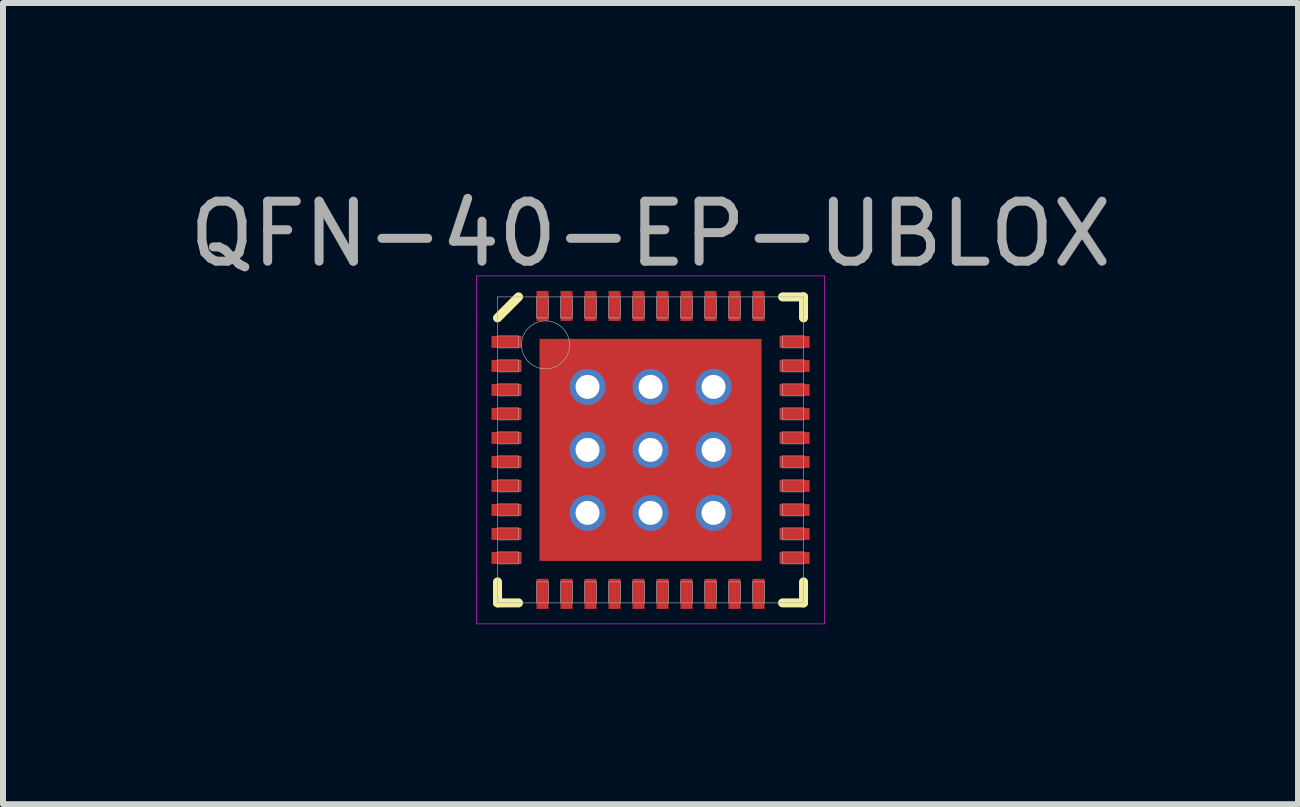
<source format=kicad_pcb>
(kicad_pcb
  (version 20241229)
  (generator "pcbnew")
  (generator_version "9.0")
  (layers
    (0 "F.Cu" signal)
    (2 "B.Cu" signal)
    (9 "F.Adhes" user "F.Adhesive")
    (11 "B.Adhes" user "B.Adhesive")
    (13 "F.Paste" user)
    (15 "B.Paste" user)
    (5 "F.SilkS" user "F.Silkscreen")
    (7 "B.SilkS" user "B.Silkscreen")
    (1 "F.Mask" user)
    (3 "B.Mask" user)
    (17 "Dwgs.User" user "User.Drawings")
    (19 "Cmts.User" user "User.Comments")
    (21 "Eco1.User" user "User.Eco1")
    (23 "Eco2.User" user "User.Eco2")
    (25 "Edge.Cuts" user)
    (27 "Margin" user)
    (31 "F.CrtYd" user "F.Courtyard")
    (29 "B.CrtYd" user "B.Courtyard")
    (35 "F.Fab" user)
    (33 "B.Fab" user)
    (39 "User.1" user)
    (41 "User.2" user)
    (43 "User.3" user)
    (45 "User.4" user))
  (footprint "QFN-40-EP-UBLOX"
    (layer "F.Cu")
    (at 7.792 4.448)
    (property "Reference" "QFN-40-EP-UBLOX" (at 0 -3.6 0) (layer "F.Fab") (effects (font (size 1 1) (thickness 0.15))))
    (attr through_hole)
    (fp_line (start -2.55 -2.2) (end -2.2 -2.55) (stroke (width 0.15) (type solid)) (layer "F.SilkS"))
    (fp_line (start -2.55 2.55) (end -2.55 2.2) (stroke (width 0.15) (type solid)) (layer "F.SilkS"))
    (fp_line (start -2.2 2.55) (end -2.55 2.55) (stroke (width 0.15) (type solid)) (layer "F.SilkS"))
    (fp_line (start 2.2 -2.55) (end 2.55 -2.55) (stroke (width 0.15) (type solid)) (layer "F.SilkS"))
    (fp_line (start 2.2 2.55) (end 2.55 2.55) (stroke (width 0.15) (type solid)) (layer "F.SilkS"))
    (fp_line (start 2.55 -2.55) (end 2.55 -2.2) (stroke (width 0.15) (type solid)) (layer "F.SilkS"))
    (fp_line (start 2.55 2.55) (end 2.55 2.2) (stroke (width 0.15) (type solid)) (layer "F.SilkS"))
    (fp_line (start -2.9 -2.9) (end 2.9 -2.9) (stroke (width 0.01) (type solid)) (layer "F.CrtYd"))
    (fp_line (start -2.9 2.9) (end -2.9 -2.9) (stroke (width 0.01) (type solid)) (layer "F.CrtYd"))
    (fp_line (start 2.9 -2.9) (end 2.9 2.9) (stroke (width 0.01) (type solid)) (layer "F.CrtYd"))
    (fp_line (start 2.9 2.9) (end -2.9 2.9) (stroke (width 0.01) (type solid)) (layer "F.CrtYd"))
    (fp_line (start -2.55 -2.55) (end 2.55 -2.55) (stroke (width 0.01) (type solid)) (layer "F.Fab"))
    (fp_line (start -2.55 -1.7) (end -2.2 -1.7) (stroke (width 0.01) (type solid)) (layer "F.Fab"))
    (fp_line (start -2.55 -1.3) (end -2.2 -1.3) (stroke (width 0.01) (type solid)) (layer "F.Fab"))
    (fp_line (start -2.55 -0.9) (end -2.2 -0.9) (stroke (width 0.01) (type solid)) (layer "F.Fab"))
    (fp_line (start -2.55 -0.5) (end -2.2 -0.5) (stroke (width 0.01) (type solid)) (layer "F.Fab"))
    (fp_line (start -2.55 -0.1) (end -2.2 -0.1) (stroke (width 0.01) (type solid)) (layer "F.Fab"))
    (fp_line (start -2.55 0.3) (end -2.2 0.3) (stroke (width 0.01) (type solid)) (layer "F.Fab"))
    (fp_line (start -2.55 0.7) (end -2.2 0.7) (stroke (width 0.01) (type solid)) (layer "F.Fab"))
    (fp_line (start -2.55 1.1) (end -2.2 1.1) (stroke (width 0.01) (type solid)) (layer "F.Fab"))
    (fp_line (start -2.55 1.5) (end -2.2 1.5) (stroke (width 0.01) (type solid)) (layer "F.Fab"))
    (fp_line (start -2.55 1.9) (end -2.2 1.9) (stroke (width 0.01) (type solid)) (layer "F.Fab"))
    (fp_line (start -2.55 2.55) (end -2.55 -2.55) (stroke (width 0.01) (type solid)) (layer "F.Fab"))
    (fp_line (start -2.2 -1.9) (end -2.55 -1.9) (stroke (width 0.01) (type solid)) (layer "F.Fab"))
    (fp_line (start -2.2 -1.7) (end -2.2 -1.9) (stroke (width 0.01) (type solid)) (layer "F.Fab"))
    (fp_line (start -2.2 -1.5) (end -2.55 -1.5) (stroke (width 0.01) (type solid)) (layer "F.Fab"))
    (fp_line (start -2.2 -1.3) (end -2.2 -1.5) (stroke (width 0.01) (type solid)) (layer "F.Fab"))
    (fp_line (start -2.2 -1.1) (end -2.55 -1.1) (stroke (width 0.01) (type solid)) (layer "F.Fab"))
    (fp_line (start -2.2 -0.9) (end -2.2 -1.1) (stroke (width 0.01) (type solid)) (layer "F.Fab"))
    (fp_line (start -2.2 -0.7) (end -2.55 -0.7) (stroke (width 0.01) (type solid)) (layer "F.Fab"))
    (fp_line (start -2.2 -0.5) (end -2.2 -0.7) (stroke (width 0.01) (type solid)) (layer "F.Fab"))
    (fp_line (start -2.2 -0.3) (end -2.55 -0.3) (stroke (width 0.01) (type solid)) (layer "F.Fab"))
    (fp_line (start -2.2 -0.1) (end -2.2 -0.3) (stroke (width 0.01) (type solid)) (layer "F.Fab"))
    (fp_line (start -2.2 0.1) (end -2.55 0.1) (stroke (width 0.01) (type solid)) (layer "F.Fab"))
    (fp_line (start -2.2 0.3) (end -2.2 0.1) (stroke (width 0.01) (type solid)) (layer "F.Fab"))
    (fp_line (start -2.2 0.5) (end -2.55 0.5) (stroke (width 0.01) (type solid)) (layer "F.Fab"))
    (fp_line (start -2.2 0.7) (end -2.2 0.5) (stroke (width 0.01) (type solid)) (layer "F.Fab"))
    (fp_line (start -2.2 0.9) (end -2.55 0.9) (stroke (width 0.01) (type solid)) (layer "F.Fab"))
    (fp_line (start -2.2 1.1) (end -2.2 0.9) (stroke (width 0.01) (type solid)) (layer "F.Fab"))
    (fp_line (start -2.2 1.3) (end -2.55 1.3) (stroke (width 0.01) (type solid)) (layer "F.Fab"))
    (fp_line (start -2.2 1.5) (end -2.2 1.3) (stroke (width 0.01) (type solid)) (layer "F.Fab"))
    (fp_line (start -2.2 1.7) (end -2.55 1.7) (stroke (width 0.01) (type solid)) (layer "F.Fab"))
    (fp_line (start -2.2 1.9) (end -2.2 1.7) (stroke (width 0.01) (type solid)) (layer "F.Fab"))
    (fp_line (start -1.9 -2.55) (end -1.9 -2.2) (stroke (width 0.01) (type solid)) (layer "F.Fab"))
    (fp_line (start -1.9 -2.2) (end -1.7 -2.2) (stroke (width 0.01) (type solid)) (layer "F.Fab"))
    (fp_line (start -1.9 2.2) (end -1.9 2.55) (stroke (width 0.01) (type solid)) (layer "F.Fab"))
    (fp_line (start -1.7 -2.2) (end -1.7 -2.55) (stroke (width 0.01) (type solid)) (layer "F.Fab"))
    (fp_line (start -1.7 2.2) (end -1.9 2.2) (stroke (width 0.01) (type solid)) (layer "F.Fab"))
    (fp_line (start -1.7 2.55) (end -1.7 2.2) (stroke (width 0.01) (type solid)) (layer "F.Fab"))
    (fp_line (start -1.5 -2.55) (end -1.5 -2.2) (stroke (width 0.01) (type solid)) (layer "F.Fab"))
    (fp_line (start -1.5 -2.2) (end -1.3 -2.2) (stroke (width 0.01) (type solid)) (layer "F.Fab"))
    (fp_line (start -1.5 2.2) (end -1.5 2.55) (stroke (width 0.01) (type solid)) (layer "F.Fab"))
    (fp_line (start -1.3 -2.2) (end -1.3 -2.55) (stroke (width 0.01) (type solid)) (layer "F.Fab"))
    (fp_line (start -1.3 2.2) (end -1.5 2.2) (stroke (width 0.01) (type solid)) (layer "F.Fab"))
    (fp_line (start -1.3 2.55) (end -1.3 2.2) (stroke (width 0.01) (type solid)) (layer "F.Fab"))
    (fp_line (start -1.1 -2.55) (end -1.1 -2.2) (stroke (width 0.01) (type solid)) (layer "F.Fab"))
    (fp_line (start -1.1 -2.2) (end -0.9 -2.2) (stroke (width 0.01) (type solid)) (layer "F.Fab"))
    (fp_line (start -1.1 2.2) (end -1.1 2.55) (stroke (width 0.01) (type solid)) (layer "F.Fab"))
    (fp_line (start -0.9 -2.2) (end -0.9 -2.55) (stroke (width 0.01) (type solid)) (layer "F.Fab"))
    (fp_line (start -0.9 2.2) (end -1.1 2.2) (stroke (width 0.01) (type solid)) (layer "F.Fab"))
    (fp_line (start -0.9 2.55) (end -0.9 2.2) (stroke (width 0.01) (type solid)) (layer "F.Fab"))
    (fp_line (start -0.7 -2.55) (end -0.7 -2.2) (stroke (width 0.01) (type solid)) (layer "F.Fab"))
    (fp_line (start -0.7 -2.2) (end -0.5 -2.2) (stroke (width 0.01) (type solid)) (layer "F.Fab"))
    (fp_line (start -0.7 2.2) (end -0.7 2.55) (stroke (width 0.01) (type solid)) (layer "F.Fab"))
    (fp_line (start -0.5 -2.2) (end -0.5 -2.55) (stroke (width 0.01) (type solid)) (layer "F.Fab"))
    (fp_line (start -0.5 2.2) (end -0.7 2.2) (stroke (width 0.01) (type solid)) (layer "F.Fab"))
    (fp_line (start -0.5 2.55) (end -0.5 2.2) (stroke (width 0.01) (type solid)) (layer "F.Fab"))
    (fp_line (start -0.3 -2.55) (end -0.3 -2.2) (stroke (width 0.01) (type solid)) (layer "F.Fab"))
    (fp_line (start -0.3 -2.2) (end -0.1 -2.2) (stroke (width 0.01) (type solid)) (layer "F.Fab"))
    (fp_line (start -0.3 2.2) (end -0.3 2.55) (stroke (width 0.01) (type solid)) (layer "F.Fab"))
    (fp_line (start -0.1 -2.2) (end -0.1 -2.55) (stroke (width 0.01) (type solid)) (layer "F.Fab"))
    (fp_line (start -0.1 2.2) (end -0.3 2.2) (stroke (width 0.01) (type solid)) (layer "F.Fab"))
    (fp_line (start -0.1 2.55) (end -0.1 2.2) (stroke (width 0.01) (type solid)) (layer "F.Fab"))
    (fp_line (start 0.1 -2.55) (end 0.1 -2.2) (stroke (width 0.01) (type solid)) (layer "F.Fab"))
    (fp_line (start 0.1 -2.2) (end 0.3 -2.2) (stroke (width 0.01) (type solid)) (layer "F.Fab"))
    (fp_line (start 0.1 2.2) (end 0.1 2.55) (stroke (width 0.01) (type solid)) (layer "F.Fab"))
    (fp_line (start 0.3 -2.2) (end 0.3 -2.55) (stroke (width 0.01) (type solid)) (layer "F.Fab"))
    (fp_line (start 0.3 2.2) (end 0.1 2.2) (stroke (width 0.01) (type solid)) (layer "F.Fab"))
    (fp_line (start 0.3 2.55) (end 0.3 2.2) (stroke (width 0.01) (type solid)) (layer "F.Fab"))
    (fp_line (start 0.5 -2.55) (end 0.5 -2.2) (stroke (width 0.01) (type solid)) (layer "F.Fab"))
    (fp_line (start 0.5 -2.2) (end 0.7 -2.2) (stroke (width 0.01) (type solid)) (layer "F.Fab"))
    (fp_line (start 0.5 2.2) (end 0.5 2.55) (stroke (width 0.01) (type solid)) (layer "F.Fab"))
    (fp_line (start 0.7 -2.2) (end 0.7 -2.55) (stroke (width 0.01) (type solid)) (layer "F.Fab"))
    (fp_line (start 0.7 2.2) (end 0.5 2.2) (stroke (width 0.01) (type solid)) (layer "F.Fab"))
    (fp_line (start 0.7 2.55) (end 0.7 2.2) (stroke (width 0.01) (type solid)) (layer "F.Fab"))
    (fp_line (start 0.9 -2.55) (end 0.9 -2.2) (stroke (width 0.01) (type solid)) (layer "F.Fab"))
    (fp_line (start 0.9 -2.2) (end 1.1 -2.2) (stroke (width 0.01) (type solid)) (layer "F.Fab"))
    (fp_line (start 0.9 2.2) (end 0.9 2.55) (stroke (width 0.01) (type solid)) (layer "F.Fab"))
    (fp_line (start 1.1 -2.2) (end 1.1 -2.55) (stroke (width 0.01) (type solid)) (layer "F.Fab"))
    (fp_line (start 1.1 2.2) (end 0.9 2.2) (stroke (width 0.01) (type solid)) (layer "F.Fab"))
    (fp_line (start 1.1 2.55) (end 1.1 2.2) (stroke (width 0.01) (type solid)) (layer "F.Fab"))
    (fp_line (start 1.3 -2.55) (end 1.3 -2.2) (stroke (width 0.01) (type solid)) (layer "F.Fab"))
    (fp_line (start 1.3 -2.2) (end 1.5 -2.2) (stroke (width 0.01) (type solid)) (layer "F.Fab"))
    (fp_line (start 1.3 2.2) (end 1.3 2.55) (stroke (width 0.01) (type solid)) (layer "F.Fab"))
    (fp_line (start 1.5 -2.2) (end 1.5 -2.55) (stroke (width 0.01) (type solid)) (layer "F.Fab"))
    (fp_line (start 1.5 2.2) (end 1.3 2.2) (stroke (width 0.01) (type solid)) (layer "F.Fab"))
    (fp_line (start 1.5 2.55) (end 1.5 2.2) (stroke (width 0.01) (type solid)) (layer "F.Fab"))
    (fp_line (start 1.7 -2.55) (end 1.7 -2.2) (stroke (width 0.01) (type solid)) (layer "F.Fab"))
    (fp_line (start 1.7 -2.2) (end 1.9 -2.2) (stroke (width 0.01) (type solid)) (layer "F.Fab"))
    (fp_line (start 1.7 2.2) (end 1.7 2.55) (stroke (width 0.01) (type solid)) (layer "F.Fab"))
    (fp_line (start 1.9 -2.2) (end 1.9 -2.55) (stroke (width 0.01) (type solid)) (layer "F.Fab"))
    (fp_line (start 1.9 2.2) (end 1.7 2.2) (stroke (width 0.01) (type solid)) (layer "F.Fab"))
    (fp_line (start 1.9 2.55) (end 1.9 2.2) (stroke (width 0.01) (type solid)) (layer "F.Fab"))
    (fp_line (start 2.2 -1.9) (end 2.2 -1.7) (stroke (width 0.01) (type solid)) (layer "F.Fab"))
    (fp_line (start 2.2 -1.7) (end 2.55 -1.7) (stroke (width 0.01) (type solid)) (layer "F.Fab"))
    (fp_line (start 2.2 -1.5) (end 2.2 -1.3) (stroke (width 0.01) (type solid)) (layer "F.Fab"))
    (fp_line (start 2.2 -1.3) (end 2.55 -1.3) (stroke (width 0.01) (type solid)) (layer "F.Fab"))
    (fp_line (start 2.2 -1.1) (end 2.2 -0.9) (stroke (width 0.01) (type solid)) (layer "F.Fab"))
    (fp_line (start 2.2 -0.9) (end 2.55 -0.9) (stroke (width 0.01) (type solid)) (layer "F.Fab"))
    (fp_line (start 2.2 -0.7) (end 2.2 -0.5) (stroke (width 0.01) (type solid)) (layer "F.Fab"))
    (fp_line (start 2.2 -0.5) (end 2.55 -0.5) (stroke (width 0.01) (type solid)) (layer "F.Fab"))
    (fp_line (start 2.2 -0.3) (end 2.2 -0.1) (stroke (width 0.01) (type solid)) (layer "F.Fab"))
    (fp_line (start 2.2 -0.1) (end 2.55 -0.1) (stroke (width 0.01) (type solid)) (layer "F.Fab"))
    (fp_line (start 2.2 0.1) (end 2.2 0.3) (stroke (width 0.01) (type solid)) (layer "F.Fab"))
    (fp_line (start 2.2 0.3) (end 2.55 0.3) (stroke (width 0.01) (type solid)) (layer "F.Fab"))
    (fp_line (start 2.2 0.5) (end 2.2 0.7) (stroke (width 0.01) (type solid)) (layer "F.Fab"))
    (fp_line (start 2.2 0.7) (end 2.55 0.7) (stroke (width 0.01) (type solid)) (layer "F.Fab"))
    (fp_line (start 2.2 0.9) (end 2.2 1.1) (stroke (width 0.01) (type solid)) (layer "F.Fab"))
    (fp_line (start 2.2 1.1) (end 2.55 1.1) (stroke (width 0.01) (type solid)) (layer "F.Fab"))
    (fp_line (start 2.2 1.3) (end 2.2 1.5) (stroke (width 0.01) (type solid)) (layer "F.Fab"))
    (fp_line (start 2.2 1.5) (end 2.55 1.5) (stroke (width 0.01) (type solid)) (layer "F.Fab"))
    (fp_line (start 2.2 1.7) (end 2.2 1.9) (stroke (width 0.01) (type solid)) (layer "F.Fab"))
    (fp_line (start 2.2 1.9) (end 2.55 1.9) (stroke (width 0.01) (type solid)) (layer "F.Fab"))
    (fp_line (start 2.55 -2.55) (end 2.55 2.55) (stroke (width 0.01) (type solid)) (layer "F.Fab"))
    (fp_line (start 2.55 -1.9) (end 2.2 -1.9) (stroke (width 0.01) (type solid)) (layer "F.Fab"))
    (fp_line (start 2.55 -1.5) (end 2.2 -1.5) (stroke (width 0.01) (type solid)) (layer "F.Fab"))
    (fp_line (start 2.55 -1.1) (end 2.2 -1.1) (stroke (width 0.01) (type solid)) (layer "F.Fab"))
    (fp_line (start 2.55 -0.7) (end 2.2 -0.7) (stroke (width 0.01) (type solid)) (layer "F.Fab"))
    (fp_line (start 2.55 -0.3) (end 2.2 -0.3) (stroke (width 0.01) (type solid)) (layer "F.Fab"))
    (fp_line (start 2.55 0.1) (end 2.2 0.1) (stroke (width 0.01) (type solid)) (layer "F.Fab"))
    (fp_line (start 2.55 0.5) (end 2.2 0.5) (stroke (width 0.01) (type solid)) (layer "F.Fab"))
    (fp_line (start 2.55 0.9) (end 2.2 0.9) (stroke (width 0.01) (type solid)) (layer "F.Fab"))
    (fp_line (start 2.55 1.3) (end 2.2 1.3) (stroke (width 0.01) (type solid)) (layer "F.Fab"))
    (fp_line (start 2.55 1.7) (end 2.2 1.7) (stroke (width 0.01) (type solid)) (layer "F.Fab"))
    (fp_line (start 2.55 2.55) (end -2.55 2.55) (stroke (width 0.01) (type solid)) (layer "F.Fab"))
    (fp_circle (center -1.75 -1.75) (end -1.75 -1.35) (stroke (width 0.01) (type solid)) (fill no) (layer "F.Fab"))
    (pad "" smd rect (at -1.575 -1.575) (size 0.55 0.55) (layers "F.Mask"))
    (pad "" smd rect (at -1.575 -1.575) (size 0.55 0.55) (layers "F.Paste"))
    (pad "" smd rect (at -1.575 -0.525) (size 0.55 0.55) (layers "F.Mask"))
    (pad "" smd rect (at -1.575 -0.525) (size 0.55 0.55) (layers "F.Paste"))
    (pad "" smd rect (at -1.575 0.525) (size 0.55 0.55) (layers "F.Mask"))
    (pad "" smd rect (at -1.575 0.525) (size 0.55 0.55) (layers "F.Paste"))
    (pad "" smd rect (at -1.575 1.575) (size 0.55 0.55) (layers "F.Mask"))
    (pad "" smd rect (at -1.575 1.575) (size 0.55 0.55) (layers "F.Paste"))
    (pad "" smd rect (at -0.525 -1.575) (size 0.55 0.55) (layers "F.Mask"))
    (pad "" smd rect (at -0.525 -1.575) (size 0.55 0.55) (layers "F.Paste"))
    (pad "" smd rect (at -0.525 -0.525) (size 0.55 0.55) (layers "F.Mask"))
    (pad "" smd rect (at -0.525 -0.525) (size 0.55 0.55) (layers "F.Paste"))
    (pad "" smd rect (at -0.525 0.525) (size 0.55 0.55) (layers "F.Mask"))
    (pad "" smd rect (at -0.525 0.525) (size 0.55 0.55) (layers "F.Paste"))
    (pad "" smd rect (at -0.525 1.575) (size 0.55 0.55) (layers "F.Mask"))
    (pad "" smd rect (at -0.525 1.575) (size 0.55 0.55) (layers "F.Paste"))
    (pad "" smd rect (at 0.525 -1.575) (size 0.55 0.55) (layers "F.Mask"))
    (pad "" smd rect (at 0.525 -1.575) (size 0.55 0.55) (layers "F.Paste"))
    (pad "" smd rect (at 0.525 -0.525) (size 0.55 0.55) (layers "F.Mask"))
    (pad "" smd rect (at 0.525 -0.525) (size 0.55 0.55) (layers "F.Paste"))
    (pad "" smd rect (at 0.525 0.525) (size 0.55 0.55) (layers "F.Mask"))
    (pad "" smd rect (at 0.525 0.525) (size 0.55 0.55) (layers "F.Paste"))
    (pad "" smd rect (at 0.525 1.575) (size 0.55 0.55) (layers "F.Mask"))
    (pad "" smd rect (at 0.525 1.575) (size 0.55 0.55) (layers "F.Paste"))
    (pad "" smd rect (at 1.575 -1.575) (size 0.55 0.55) (layers "F.Mask"))
    (pad "" smd rect (at 1.575 -1.575) (size 0.55 0.55) (layers "F.Paste"))
    (pad "" smd rect (at 1.575 -0.525) (size 0.55 0.55) (layers "F.Mask"))
    (pad "" smd rect (at 1.575 -0.525) (size 0.55 0.55) (layers "F.Paste"))
    (pad "" smd rect (at 1.575 0.525) (size 0.55 0.55) (layers "F.Mask"))
    (pad "" smd rect (at 1.575 0.525) (size 0.55 0.55) (layers "F.Paste"))
    (pad "" smd rect (at 1.575 1.575) (size 0.55 0.55) (layers "F.Mask"))
    (pad "" smd rect (at 1.575 1.575) (size 0.55 0.55) (layers "F.Paste"))
    (pad "1" smd rect (at -2.4 -1.8) (size 0.5 0.2) (layers "F.Cu" "F.Mask" "F.Paste"))
    (pad "2" smd rect (at -2.4 -1.4) (size 0.5 0.2) (layers "F.Cu" "F.Mask" "F.Paste"))
    (pad "3" smd rect (at -2.4 -1) (size 0.5 0.2) (layers "F.Cu" "F.Mask" "F.Paste"))
    (pad "4" smd rect (at -2.4 -0.6) (size 0.5 0.2) (layers "F.Cu" "F.Mask" "F.Paste"))
    (pad "5" smd rect (at -2.4 -0.2) (size 0.5 0.2) (layers "F.Cu" "F.Mask" "F.Paste"))
    (pad "6" smd rect (at -2.4 0.2) (size 0.5 0.2) (layers "F.Cu" "F.Mask" "F.Paste"))
    (pad "7" smd rect (at -2.4 0.6) (size 0.5 0.2) (layers "F.Cu" "F.Mask" "F.Paste"))
    (pad "8" smd rect (at -2.4 1) (size 0.5 0.2) (layers "F.Cu" "F.Mask" "F.Paste"))
    (pad "9" smd rect (at -2.4 1.4) (size 0.5 0.2) (layers "F.Cu" "F.Mask" "F.Paste"))
    (pad "10" smd rect (at -2.4 1.8) (size 0.5 0.2) (layers "F.Cu" "F.Mask" "F.Paste"))
    (pad "11" smd rect (at -1.8 2.4) (size 0.2 0.5) (layers "F.Cu" "F.Mask" "F.Paste"))
    (pad "12" smd rect (at -1.4 2.4) (size 0.2 0.5) (layers "F.Cu" "F.Mask" "F.Paste"))
    (pad "13" smd rect (at -1 2.4) (size 0.2 0.5) (layers "F.Cu" "F.Mask" "F.Paste"))
    (pad "14" smd rect (at -0.6 2.4) (size 0.2 0.5) (layers "F.Cu" "F.Mask" "F.Paste"))
    (pad "15" smd rect (at -0.2 2.4) (size 0.2 0.5) (layers "F.Cu" "F.Mask" "F.Paste"))
    (pad "16" smd rect (at 0.2 2.4) (size 0.2 0.5) (layers "F.Cu" "F.Mask" "F.Paste"))
    (pad "17" smd rect (at 0.6 2.4) (size 0.2 0.5) (layers "F.Cu" "F.Mask" "F.Paste"))
    (pad "18" smd rect (at 1 2.4) (size 0.2 0.5) (layers "F.Cu" "F.Mask" "F.Paste"))
    (pad "19" smd rect (at 1.4 2.4) (size 0.2 0.5) (layers "F.Cu" "F.Mask" "F.Paste"))
    (pad "20" smd rect (at 1.8 2.4) (size 0.2 0.5) (layers "F.Cu" "F.Mask" "F.Paste"))
    (pad "21" smd rect (at 2.4 1.8) (size 0.5 0.2) (layers "F.Cu" "F.Mask" "F.Paste"))
    (pad "22" smd rect (at 2.4 1.4) (size 0.5 0.2) (layers "F.Cu" "F.Mask" "F.Paste"))
    (pad "23" smd rect (at 2.4 1) (size 0.5 0.2) (layers "F.Cu" "F.Mask" "F.Paste"))
    (pad "24" smd rect (at 2.4 0.6) (size 0.5 0.2) (layers "F.Cu" "F.Mask" "F.Paste"))
    (pad "25" smd rect (at 2.4 0.2) (size 0.5 0.2) (layers "F.Cu" "F.Mask" "F.Paste"))
    (pad "26" smd rect (at 2.4 -0.2) (size 0.5 0.2) (layers "F.Cu" "F.Mask" "F.Paste"))
    (pad "27" smd rect (at 2.4 -0.6) (size 0.5 0.2) (layers "F.Cu" "F.Mask" "F.Paste"))
    (pad "28" smd rect (at 2.4 -1) (size 0.5 0.2) (layers "F.Cu" "F.Mask" "F.Paste"))
    (pad "29" smd rect (at 2.4 -1.4) (size 0.5 0.2) (layers "F.Cu" "F.Mask" "F.Paste"))
    (pad "30" smd rect (at 2.4 -1.8) (size 0.5 0.2) (layers "F.Cu" "F.Mask" "F.Paste"))
    (pad "31" smd rect (at 1.8 -2.4) (size 0.2 0.5) (layers "F.Cu" "F.Mask" "F.Paste"))
    (pad "32" smd rect (at 1.4 -2.4) (size 0.2 0.5) (layers "F.Cu" "F.Mask" "F.Paste"))
    (pad "33" smd rect (at 1 -2.4) (size 0.2 0.5) (layers "F.Cu" "F.Mask" "F.Paste"))
    (pad "34" smd rect (at 0.6 -2.4) (size 0.2 0.5) (layers "F.Cu" "F.Mask" "F.Paste"))
    (pad "35" smd rect (at 0.2 -2.4) (size 0.2 0.5) (layers "F.Cu" "F.Mask" "F.Paste"))
    (pad "36" smd rect (at -0.2 -2.4) (size 0.2 0.5) (layers "F.Cu" "F.Mask" "F.Paste"))
    (pad "37" smd rect (at -0.6 -2.4) (size 0.2 0.5) (layers "F.Cu" "F.Mask" "F.Paste"))
    (pad "38" smd rect (at -1 -2.4) (size 0.2 0.5) (layers "F.Cu" "F.Mask" "F.Paste"))
    (pad "39" smd rect (at -1.4 -2.4) (size 0.2 0.5) (layers "F.Cu" "F.Mask" "F.Paste"))
    (pad "40" smd rect (at -1.8 -2.4) (size 0.2 0.5) (layers "F.Cu" "F.Mask" "F.Paste"))
    (pad "EP" thru_hole circle (at -1.05 -1.05) (size 0.6 0.6) (drill 0.4) (layers "*.Cu"))
    (pad "EP" thru_hole circle (at -1.05 0) (size 0.6 0.6) (drill 0.4) (layers "*.Cu"))
    (pad "EP" thru_hole circle (at -1.05 1.05) (size 0.6 0.6) (drill 0.4) (layers "*.Cu"))
    (pad "EP" thru_hole circle (at 0 -1.05) (size 0.6 0.6) (drill 0.4) (layers "*.Cu"))
    (pad "EP" thru_hole circle (at 0 0) (size 0.6 0.6) (drill 0.4) (layers "*.Cu"))
    (pad "EP" smd rect (at 0 0) (size 3.7 3.7) (layers "F.Cu"))
    (pad "EP" thru_hole circle (at 0 1.05) (size 0.6 0.6) (drill 0.4) (layers "*.Cu"))
    (pad "EP" thru_hole circle (at 1.05 -1.05) (size 0.6 0.6) (drill 0.4) (layers "*.Cu"))
    (pad "EP" thru_hole circle (at 1.05 0) (size 0.6 0.6) (drill 0.4) (layers "*.Cu"))
    (pad "EP" thru_hole circle (at 1.05 1.05) (size 0.6 0.6) (drill 0.4) (layers "*.Cu")))
  (gr_rect
    (start -3 -3)
    (end 18.583 10.353)
    (stroke (width 0.1) (type default))
    (fill no)
    (layer "Edge.Cuts")))
</source>
